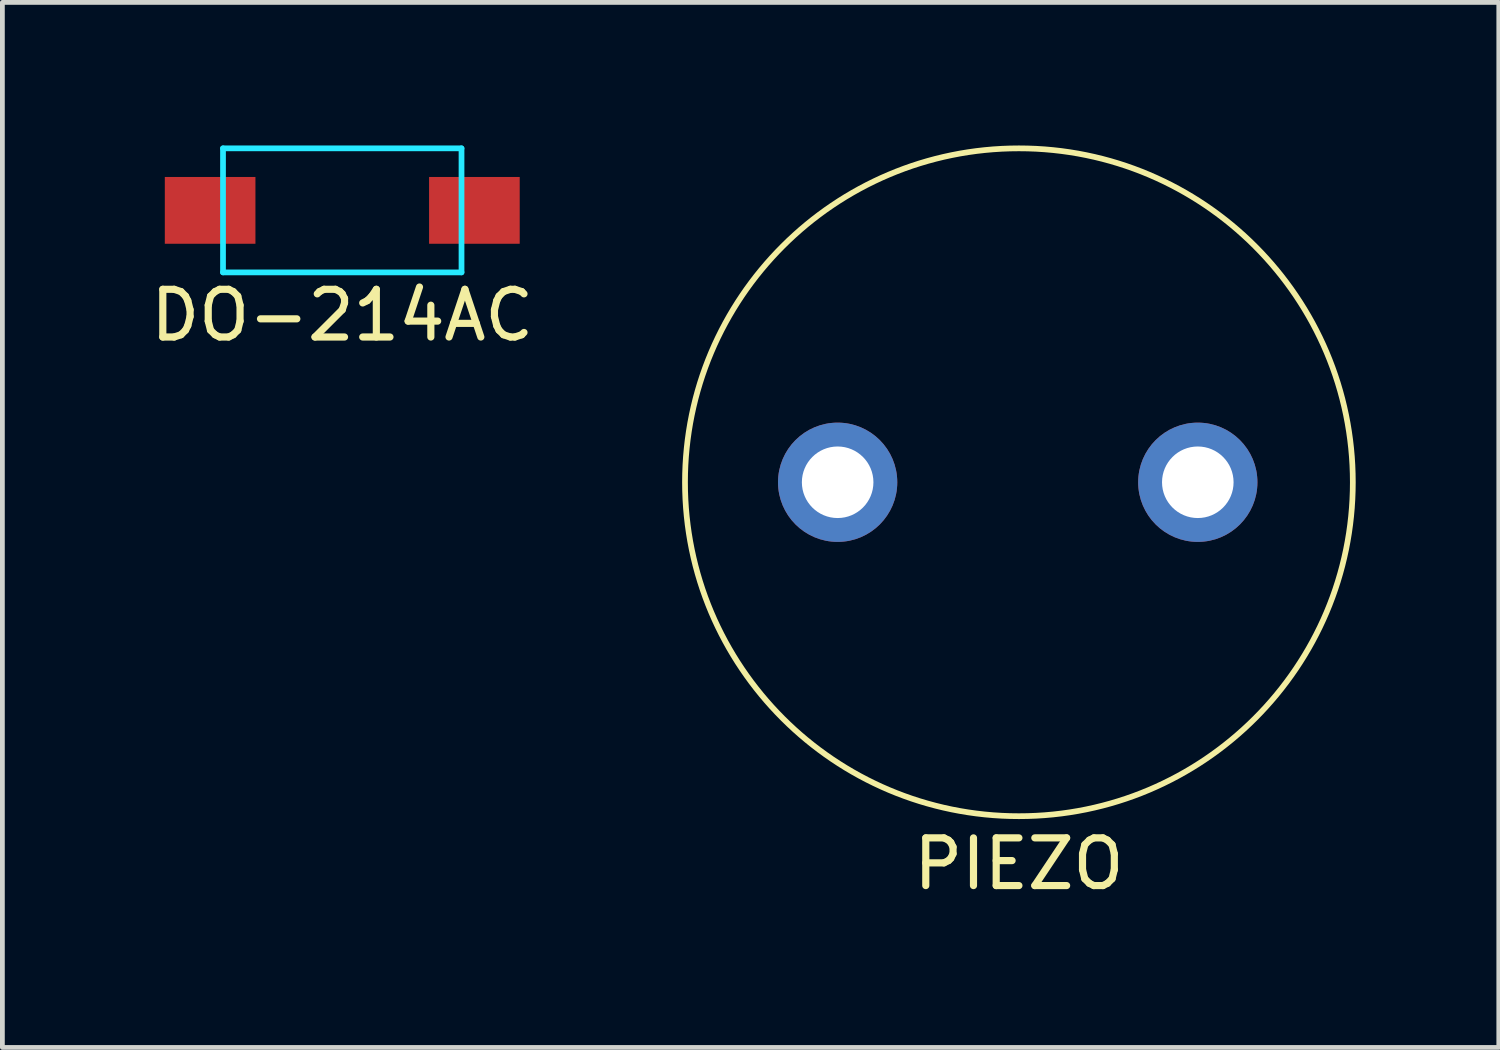
<source format=kicad_pcb>
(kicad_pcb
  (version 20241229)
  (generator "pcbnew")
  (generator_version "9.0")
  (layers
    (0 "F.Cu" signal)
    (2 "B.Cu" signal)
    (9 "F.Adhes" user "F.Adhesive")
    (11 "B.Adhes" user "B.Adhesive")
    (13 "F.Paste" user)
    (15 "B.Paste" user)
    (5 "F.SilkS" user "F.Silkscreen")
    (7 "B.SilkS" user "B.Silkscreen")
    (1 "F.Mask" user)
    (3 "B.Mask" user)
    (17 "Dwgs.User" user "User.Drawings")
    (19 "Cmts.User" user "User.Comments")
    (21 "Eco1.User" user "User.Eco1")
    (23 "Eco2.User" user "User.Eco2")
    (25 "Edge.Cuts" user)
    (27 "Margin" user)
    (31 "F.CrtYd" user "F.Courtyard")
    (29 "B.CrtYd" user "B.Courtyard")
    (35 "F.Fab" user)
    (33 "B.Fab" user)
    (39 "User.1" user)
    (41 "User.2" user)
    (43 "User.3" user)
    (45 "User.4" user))
  (footprint "DO-214AC"
    (layer "F.Cu")
    (at 4.125 1.36)
    (property "Reference" "DO-214AC" (at 0 2.2 0) (layer "F.SilkS") (effects (font (size 1 1) (thickness 0.15))))
    (attr smd)
    (fp_line (start -2.5 -1.3) (end 2.5 -1.3) (stroke (width 0.12) (type solid)) (layer "B.CrtYd"))
    (fp_line (start -2.5 1.3) (end -2.5 -1.3) (stroke (width 0.12) (type solid)) (layer "B.CrtYd"))
    (fp_line (start 2.5 -1.3) (end 2.5 1.3) (stroke (width 0.12) (type solid)) (layer "B.CrtYd"))
    (fp_line (start 2.5 1.3) (end -2.5 1.3) (stroke (width 0.12) (type solid)) (layer "B.CrtYd"))
    (pad "1" smd rect (at -2.77 0) (size 1.9 1.4) (layers "F.Cu" "F.Mask" "F.Paste"))
    (pad "2" smd rect (at 2.77 0) (size 1.9 1.4) (layers "F.Cu" "F.Mask" "F.Paste")))
  (footprint "PIEZO"
    (layer "F.Cu")
    (at 18.31 7.06)
    (property "Reference" "PIEZO" (at 0 8 0) (layer "F.SilkS") (effects (font (size 1 1) (thickness 0.15))))
    (attr through_hole)
    (fp_circle (center 0 0) (end 7 0) (stroke (width 0.12) (type solid)) (fill no) (layer "F.SilkS"))
    (pad "1" thru_hole circle (at -3.8 0) (size 2.5 2.5) (drill 1.5) (layers "*.Cu" "*.Mask"))
    (pad "2" thru_hole circle (at 3.75 0) (size 2.5 2.5) (drill 1.5) (layers "*.Cu" "*.Mask")))
  (gr_rect
    (start -3 -3)
    (end 28.37 18.908)
    (stroke (width 0.1) (type default))
    (fill no)
    (layer "Edge.Cuts")))
</source>
